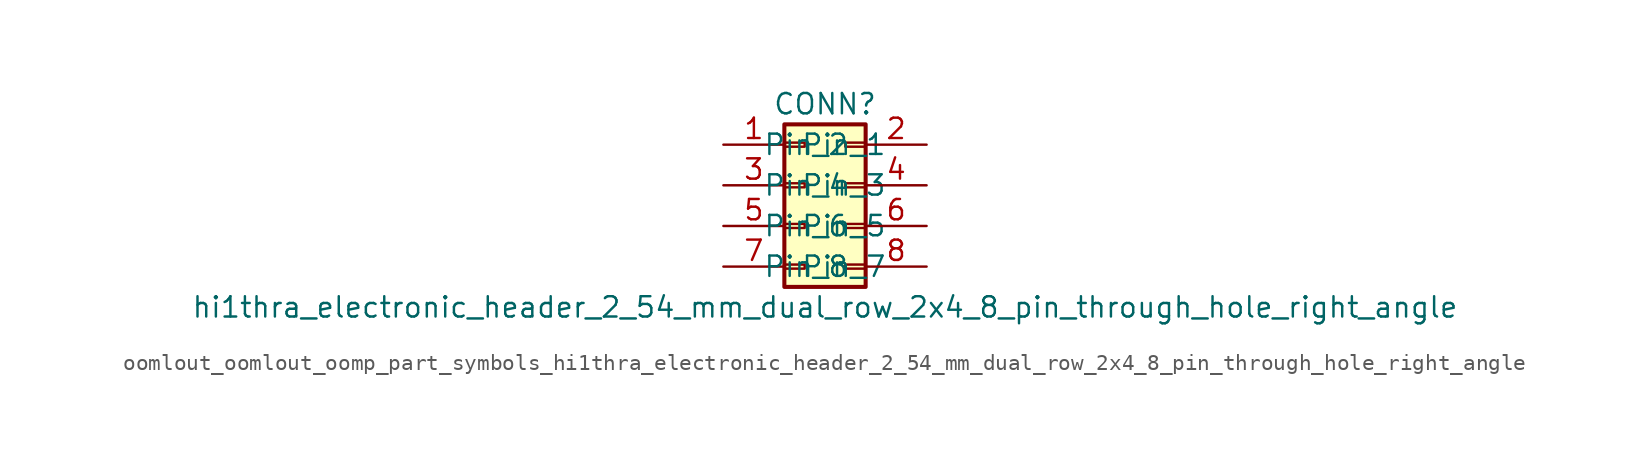
<source format=kicad_sym>
(kicad_symbol_lib
  (version 20220914)
  (generator kicad_symbol_editor)
  (symbol "oomlout_oomlout_oomp_part_symbols_hi1thra_electronic_header_2_54_mm_dual_row_2x4_8_pin_through_hole_right_angle"
    (pin_names
      (offset 1.016))
    (property "Reference" "CONN"
      (at 1.27 5.08 0)
      (effects (font (size 1.27 1.27))))
    (property "Value" "hi1thra_electronic_header_2_54_mm_dual_row_2x4_8_pin_through_hole_right_angle"
      (at 1.27 -7.62 0)
      (effects (font (size 1.27 1.27))))
    (symbol "oomlout_oomlout_oomp_part_symbols_hi1thra_electronic_header_2_54_mm_dual_row_2x4_8_pin_through_hole_right_angle_1_1"
      (rectangle (start -1.27 -4.953) (end 0 -5.207) (stroke (width 0.152) (type default)) (fill (type none)))
      (rectangle (start -1.27 -2.413) (end 0 -2.667) (stroke (width 0.152) (type default)) (fill (type none)))
      (rectangle (start -1.27 0.127) (end 0 -0.127) (stroke (width 0.152) (type default)) (fill (type none)))
      (rectangle (start -1.27 2.667) (end 0 2.413) (stroke (width 0.152) (type default)) (fill (type none)))
      (rectangle (start -1.27 3.81) (end 3.81 -6.35) (stroke (width 0.254) (type default)) (fill (type background)))
      (rectangle (start 3.81 -4.953) (end 2.54 -5.207) (stroke (width 0.152) (type default)) (fill (type none)))
      (rectangle (start 3.81 -2.413) (end 2.54 -2.667) (stroke (width 0.152) (type default)) (fill (type none)))
      (rectangle (start 3.81 0.127) (end 2.54 -0.127) (stroke (width 0.152) (type default)) (fill (type none)))
      (rectangle (start 3.81 2.667) (end 2.54 2.413) (stroke (width 0.152) (type default)) (fill (type none)))
      (pin passive line (at -5.08 2.54 0) (length 3.81) (name "Pin_1" (effects (font (size 1.27 1.27)))) (number "1" (effects (font (size 1.27 1.27)))))
      (pin passive line (at 7.62 2.54 180) (length 3.81) (name "Pin_2" (effects (font (size 1.27 1.27)))) (number "2" (effects (font (size 1.27 1.27)))))
      (pin passive line (at -5.08 0 0) (length 3.81) (name "Pin_3" (effects (font (size 1.27 1.27)))) (number "3" (effects (font (size 1.27 1.27)))))
      (pin passive line (at 7.62 0 180) (length 3.81) (name "Pin_4" (effects (font (size 1.27 1.27)))) (number "4" (effects (font (size 1.27 1.27)))))
      (pin passive line (at -5.08 -2.54 0) (length 3.81) (name "Pin_5" (effects (font (size 1.27 1.27)))) (number "5" (effects (font (size 1.27 1.27)))))
      (pin passive line (at 7.62 -2.54 180) (length 3.81) (name "Pin_6" (effects (font (size 1.27 1.27)))) (number "6" (effects (font (size 1.27 1.27)))))
      (pin passive line (at -5.08 -5.08 0) (length 3.81) (name "Pin_7" (effects (font (size 1.27 1.27)))) (number "7" (effects (font (size 1.27 1.27)))))
      (pin passive line (at 7.62 -5.08 180) (length 3.81) (name "Pin_8" (effects (font (size 1.27 1.27)))) (number "8" (effects (font (size 1.27 1.27))))))))
</source>
